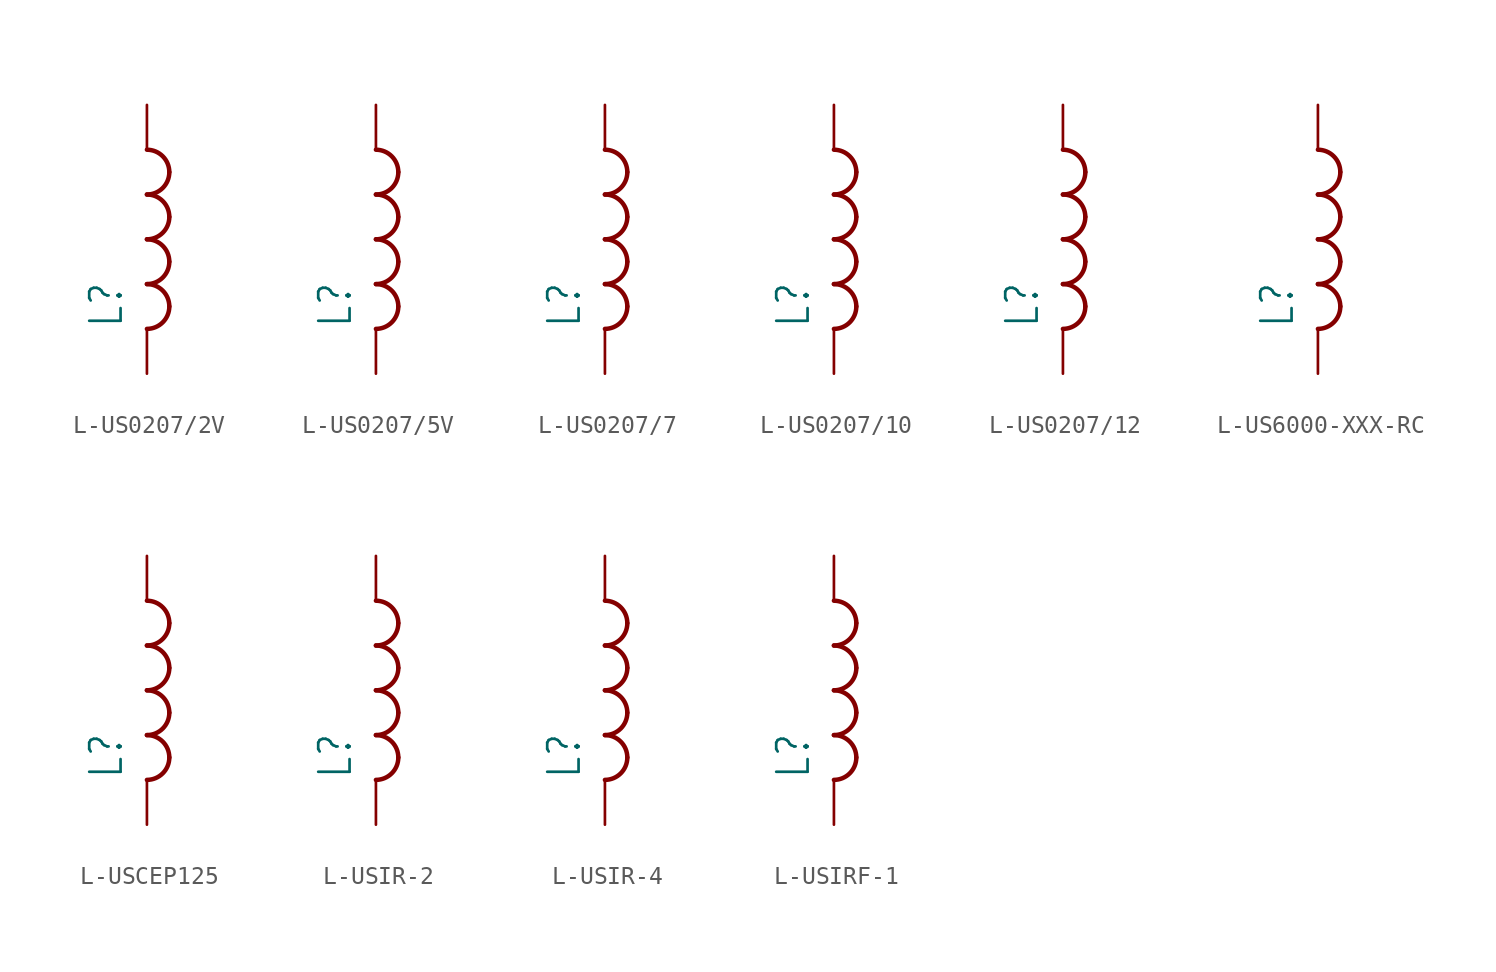
<source format=kicad_sym>
(kicad_symbol_lib
  (version 20231120)
  (generator "kicad_symbol_editor")
  (generator_version "8.0")
  (symbol "L-US0207/2V"
    (property "Reference" "L"
      (at -1.27 -5.08 90)
      (effects (font (size 1.778 1.511)) (justify left bottom)))
    (property "Value" ""
      (at 3.81 -5.08 90)
      (effects (font (size 1.778 1.511)) (justify left bottom)))
    (property "ki_locked" ""
      (at 0 0 0)
      (effects (font (size 1.27 1.27))))
    (symbol "L-US0207/2V_1_0"
      (arc (start 0 -5.08) (mid 0.898 -4.708) (end 1.27 -3.81) (stroke (width 0.254) (type solid)) (fill (type none)))
      (arc (start 0 -2.54) (mid 0.898 -2.168) (end 1.27 -1.27) (stroke (width 0.254) (type solid)) (fill (type none)))
      (arc (start 0 0) (mid 0.898 0.372) (end 1.27 1.27) (stroke (width 0.254) (type solid)) (fill (type none)))
      (arc (start 0 2.54) (mid 0.898 2.912) (end 1.27 3.81) (stroke (width 0.254) (type solid)) (fill (type none)))
      (arc (start 1.27 -3.81) (mid 0.898 -2.912) (end 0 -2.54) (stroke (width 0.254) (type solid)) (fill (type none)))
      (arc (start 1.27 -1.27) (mid 0.898 -0.372) (end 0 0) (stroke (width 0.254) (type solid)) (fill (type none)))
      (arc (start 1.27 1.27) (mid 0.898 2.168) (end 0 2.54) (stroke (width 0.254) (type solid)) (fill (type none)))
      (arc (start 1.27 3.81) (mid 0.898 4.708) (end 0 5.08) (stroke (width 0.254) (type solid)) (fill (type none)))
      (pin passive line (at 0 7.62 270) (length 2.54) (name "1" (effects (font (size 0 0)))) (number "1" (effects (font (size 0 0)))))
      (pin passive line (at 0 -7.62 90) (length 2.54) (name "2" (effects (font (size 0 0)))) (number "2" (effects (font (size 0 0)))))))
  (symbol "L-US0207/5V"
    (property "Reference" "L"
      (at -1.27 -5.08 90)
      (effects (font (size 1.778 1.511)) (justify left bottom)))
    (property "Value" ""
      (at 3.81 -5.08 90)
      (effects (font (size 1.778 1.511)) (justify left bottom)))
    (property "ki_locked" ""
      (at 0 0 0)
      (effects (font (size 1.27 1.27))))
    (symbol "L-US0207/5V_1_0"
      (arc (start 0 -5.08) (mid 0.898 -4.708) (end 1.27 -3.81) (stroke (width 0.254) (type solid)) (fill (type none)))
      (arc (start 0 -2.54) (mid 0.898 -2.168) (end 1.27 -1.27) (stroke (width 0.254) (type solid)) (fill (type none)))
      (arc (start 0 0) (mid 0.898 0.372) (end 1.27 1.27) (stroke (width 0.254) (type solid)) (fill (type none)))
      (arc (start 0 2.54) (mid 0.898 2.912) (end 1.27 3.81) (stroke (width 0.254) (type solid)) (fill (type none)))
      (arc (start 1.27 -3.81) (mid 0.898 -2.912) (end 0 -2.54) (stroke (width 0.254) (type solid)) (fill (type none)))
      (arc (start 1.27 -1.27) (mid 0.898 -0.372) (end 0 0) (stroke (width 0.254) (type solid)) (fill (type none)))
      (arc (start 1.27 1.27) (mid 0.898 2.168) (end 0 2.54) (stroke (width 0.254) (type solid)) (fill (type none)))
      (arc (start 1.27 3.81) (mid 0.898 4.708) (end 0 5.08) (stroke (width 0.254) (type solid)) (fill (type none)))
      (pin passive line (at 0 7.62 270) (length 2.54) (name "1" (effects (font (size 0 0)))) (number "1" (effects (font (size 0 0)))))
      (pin passive line (at 0 -7.62 90) (length 2.54) (name "2" (effects (font (size 0 0)))) (number "2" (effects (font (size 0 0)))))))
  (symbol "L-US0207/7"
    (property "Reference" "L"
      (at -1.27 -5.08 90)
      (effects (font (size 1.778 1.511)) (justify left bottom)))
    (property "Value" ""
      (at 3.81 -5.08 90)
      (effects (font (size 1.778 1.511)) (justify left bottom)))
    (property "ki_locked" ""
      (at 0 0 0)
      (effects (font (size 1.27 1.27))))
    (symbol "L-US0207/7_1_0"
      (arc (start 0 -5.08) (mid 0.898 -4.708) (end 1.27 -3.81) (stroke (width 0.254) (type solid)) (fill (type none)))
      (arc (start 0 -2.54) (mid 0.898 -2.168) (end 1.27 -1.27) (stroke (width 0.254) (type solid)) (fill (type none)))
      (arc (start 0 0) (mid 0.898 0.372) (end 1.27 1.27) (stroke (width 0.254) (type solid)) (fill (type none)))
      (arc (start 0 2.54) (mid 0.898 2.912) (end 1.27 3.81) (stroke (width 0.254) (type solid)) (fill (type none)))
      (arc (start 1.27 -3.81) (mid 0.898 -2.912) (end 0 -2.54) (stroke (width 0.254) (type solid)) (fill (type none)))
      (arc (start 1.27 -1.27) (mid 0.898 -0.372) (end 0 0) (stroke (width 0.254) (type solid)) (fill (type none)))
      (arc (start 1.27 1.27) (mid 0.898 2.168) (end 0 2.54) (stroke (width 0.254) (type solid)) (fill (type none)))
      (arc (start 1.27 3.81) (mid 0.898 4.708) (end 0 5.08) (stroke (width 0.254) (type solid)) (fill (type none)))
      (pin passive line (at 0 7.62 270) (length 2.54) (name "1" (effects (font (size 0 0)))) (number "1" (effects (font (size 0 0)))))
      (pin passive line (at 0 -7.62 90) (length 2.54) (name "2" (effects (font (size 0 0)))) (number "2" (effects (font (size 0 0)))))))
  (symbol "L-US0207/10"
    (property "Reference" "L"
      (at -1.27 -5.08 90)
      (effects (font (size 1.778 1.511)) (justify left bottom)))
    (property "Value" ""
      (at 3.81 -5.08 90)
      (effects (font (size 1.778 1.511)) (justify left bottom)))
    (property "ki_locked" ""
      (at 0 0 0)
      (effects (font (size 1.27 1.27))))
    (symbol "L-US0207/10_1_0"
      (arc (start 0 -5.08) (mid 0.898 -4.708) (end 1.27 -3.81) (stroke (width 0.254) (type solid)) (fill (type none)))
      (arc (start 0 -2.54) (mid 0.898 -2.168) (end 1.27 -1.27) (stroke (width 0.254) (type solid)) (fill (type none)))
      (arc (start 0 0) (mid 0.898 0.372) (end 1.27 1.27) (stroke (width 0.254) (type solid)) (fill (type none)))
      (arc (start 0 2.54) (mid 0.898 2.912) (end 1.27 3.81) (stroke (width 0.254) (type solid)) (fill (type none)))
      (arc (start 1.27 -3.81) (mid 0.898 -2.912) (end 0 -2.54) (stroke (width 0.254) (type solid)) (fill (type none)))
      (arc (start 1.27 -1.27) (mid 0.898 -0.372) (end 0 0) (stroke (width 0.254) (type solid)) (fill (type none)))
      (arc (start 1.27 1.27) (mid 0.898 2.168) (end 0 2.54) (stroke (width 0.254) (type solid)) (fill (type none)))
      (arc (start 1.27 3.81) (mid 0.898 4.708) (end 0 5.08) (stroke (width 0.254) (type solid)) (fill (type none)))
      (pin passive line (at 0 7.62 270) (length 2.54) (name "1" (effects (font (size 0 0)))) (number "1" (effects (font (size 0 0)))))
      (pin passive line (at 0 -7.62 90) (length 2.54) (name "2" (effects (font (size 0 0)))) (number "2" (effects (font (size 0 0)))))))
  (symbol "L-US0207/12"
    (property "Reference" "L"
      (at -1.27 -5.08 90)
      (effects (font (size 1.778 1.511)) (justify left bottom)))
    (property "Value" ""
      (at 3.81 -5.08 90)
      (effects (font (size 1.778 1.511)) (justify left bottom)))
    (property "ki_locked" ""
      (at 0 0 0)
      (effects (font (size 1.27 1.27))))
    (symbol "L-US0207/12_1_0"
      (arc (start 0 -5.08) (mid 0.898 -4.708) (end 1.27 -3.81) (stroke (width 0.254) (type solid)) (fill (type none)))
      (arc (start 0 -2.54) (mid 0.898 -2.168) (end 1.27 -1.27) (stroke (width 0.254) (type solid)) (fill (type none)))
      (arc (start 0 0) (mid 0.898 0.372) (end 1.27 1.27) (stroke (width 0.254) (type solid)) (fill (type none)))
      (arc (start 0 2.54) (mid 0.898 2.912) (end 1.27 3.81) (stroke (width 0.254) (type solid)) (fill (type none)))
      (arc (start 1.27 -3.81) (mid 0.898 -2.912) (end 0 -2.54) (stroke (width 0.254) (type solid)) (fill (type none)))
      (arc (start 1.27 -1.27) (mid 0.898 -0.372) (end 0 0) (stroke (width 0.254) (type solid)) (fill (type none)))
      (arc (start 1.27 1.27) (mid 0.898 2.168) (end 0 2.54) (stroke (width 0.254) (type solid)) (fill (type none)))
      (arc (start 1.27 3.81) (mid 0.898 4.708) (end 0 5.08) (stroke (width 0.254) (type solid)) (fill (type none)))
      (pin passive line (at 0 7.62 270) (length 2.54) (name "1" (effects (font (size 0 0)))) (number "1" (effects (font (size 0 0)))))
      (pin passive line (at 0 -7.62 90) (length 2.54) (name "2" (effects (font (size 0 0)))) (number "2" (effects (font (size 0 0)))))))
  (symbol "L-US6000-XXX-RC"
    (property "Reference" "L"
      (at -1.27 -5.08 90)
      (effects (font (size 1.778 1.511)) (justify left bottom)))
    (property "Value" ""
      (at 3.81 -5.08 90)
      (effects (font (size 1.778 1.511)) (justify left bottom)))
    (property "ki_locked" ""
      (at 0 0 0)
      (effects (font (size 1.27 1.27))))
    (symbol "L-US6000-XXX-RC_1_0"
      (arc (start 0 -5.08) (mid 0.898 -4.708) (end 1.27 -3.81) (stroke (width 0.254) (type solid)) (fill (type none)))
      (arc (start 0 -2.54) (mid 0.898 -2.168) (end 1.27 -1.27) (stroke (width 0.254) (type solid)) (fill (type none)))
      (arc (start 0 0) (mid 0.898 0.372) (end 1.27 1.27) (stroke (width 0.254) (type solid)) (fill (type none)))
      (arc (start 0 2.54) (mid 0.898 2.912) (end 1.27 3.81) (stroke (width 0.254) (type solid)) (fill (type none)))
      (arc (start 1.27 -3.81) (mid 0.898 -2.912) (end 0 -2.54) (stroke (width 0.254) (type solid)) (fill (type none)))
      (arc (start 1.27 -1.27) (mid 0.898 -0.372) (end 0 0) (stroke (width 0.254) (type solid)) (fill (type none)))
      (arc (start 1.27 1.27) (mid 0.898 2.168) (end 0 2.54) (stroke (width 0.254) (type solid)) (fill (type none)))
      (arc (start 1.27 3.81) (mid 0.898 4.708) (end 0 5.08) (stroke (width 0.254) (type solid)) (fill (type none)))
      (pin passive line (at 0 7.62 270) (length 2.54) (name "1" (effects (font (size 0 0)))) (number "1" (effects (font (size 0 0)))))
      (pin passive line (at 0 -7.62 90) (length 2.54) (name "2" (effects (font (size 0 0)))) (number "2" (effects (font (size 0 0)))))))
  (symbol "L-USCEP125"
    (property "Reference" "L"
      (at -1.27 -5.08 90)
      (effects (font (size 1.778 1.511)) (justify left bottom)))
    (property "Value" ""
      (at 3.81 -5.08 90)
      (effects (font (size 1.778 1.511)) (justify left bottom)))
    (property "ki_locked" ""
      (at 0 0 0)
      (effects (font (size 1.27 1.27))))
    (symbol "L-USCEP125_1_0"
      (arc (start 0 -5.08) (mid 0.898 -4.708) (end 1.27 -3.81) (stroke (width 0.254) (type solid)) (fill (type none)))
      (arc (start 0 -2.54) (mid 0.898 -2.168) (end 1.27 -1.27) (stroke (width 0.254) (type solid)) (fill (type none)))
      (arc (start 0 0) (mid 0.898 0.372) (end 1.27 1.27) (stroke (width 0.254) (type solid)) (fill (type none)))
      (arc (start 0 2.54) (mid 0.898 2.912) (end 1.27 3.81) (stroke (width 0.254) (type solid)) (fill (type none)))
      (arc (start 1.27 -3.81) (mid 0.898 -2.912) (end 0 -2.54) (stroke (width 0.254) (type solid)) (fill (type none)))
      (arc (start 1.27 -1.27) (mid 0.898 -0.372) (end 0 0) (stroke (width 0.254) (type solid)) (fill (type none)))
      (arc (start 1.27 1.27) (mid 0.898 2.168) (end 0 2.54) (stroke (width 0.254) (type solid)) (fill (type none)))
      (arc (start 1.27 3.81) (mid 0.898 4.708) (end 0 5.08) (stroke (width 0.254) (type solid)) (fill (type none)))
      (pin passive line (at 0 7.62 270) (length 2.54) (name "1" (effects (font (size 0 0)))) (number "1" (effects (font (size 0 0)))))
      (pin passive line (at 0 -7.62 90) (length 2.54) (name "2" (effects (font (size 0 0)))) (number "2" (effects (font (size 0 0)))))))
  (symbol "L-USIR-2"
    (property "Reference" "L"
      (at -1.27 -5.08 90)
      (effects (font (size 1.778 1.511)) (justify left bottom)))
    (property "Value" ""
      (at 3.81 -5.08 90)
      (effects (font (size 1.778 1.511)) (justify left bottom)))
    (property "ki_locked" ""
      (at 0 0 0)
      (effects (font (size 1.27 1.27))))
    (symbol "L-USIR-2_1_0"
      (arc (start 0 -5.08) (mid 0.898 -4.708) (end 1.27 -3.81) (stroke (width 0.254) (type solid)) (fill (type none)))
      (arc (start 0 -2.54) (mid 0.898 -2.168) (end 1.27 -1.27) (stroke (width 0.254) (type solid)) (fill (type none)))
      (arc (start 0 0) (mid 0.898 0.372) (end 1.27 1.27) (stroke (width 0.254) (type solid)) (fill (type none)))
      (arc (start 0 2.54) (mid 0.898 2.912) (end 1.27 3.81) (stroke (width 0.254) (type solid)) (fill (type none)))
      (arc (start 1.27 -3.81) (mid 0.898 -2.912) (end 0 -2.54) (stroke (width 0.254) (type solid)) (fill (type none)))
      (arc (start 1.27 -1.27) (mid 0.898 -0.372) (end 0 0) (stroke (width 0.254) (type solid)) (fill (type none)))
      (arc (start 1.27 1.27) (mid 0.898 2.168) (end 0 2.54) (stroke (width 0.254) (type solid)) (fill (type none)))
      (arc (start 1.27 3.81) (mid 0.898 4.708) (end 0 5.08) (stroke (width 0.254) (type solid)) (fill (type none)))
      (pin passive line (at 0 7.62 270) (length 2.54) (name "1" (effects (font (size 0 0)))) (number "1" (effects (font (size 0 0)))))
      (pin passive line (at 0 -7.62 90) (length 2.54) (name "2" (effects (font (size 0 0)))) (number "2" (effects (font (size 0 0)))))))
  (symbol "L-USIR-4"
    (property "Reference" "L"
      (at -1.27 -5.08 90)
      (effects (font (size 1.778 1.511)) (justify left bottom)))
    (property "Value" ""
      (at 3.81 -5.08 90)
      (effects (font (size 1.778 1.511)) (justify left bottom)))
    (property "ki_locked" ""
      (at 0 0 0)
      (effects (font (size 1.27 1.27))))
    (symbol "L-USIR-4_1_0"
      (arc (start 0 -5.08) (mid 0.898 -4.708) (end 1.27 -3.81) (stroke (width 0.254) (type solid)) (fill (type none)))
      (arc (start 0 -2.54) (mid 0.898 -2.168) (end 1.27 -1.27) (stroke (width 0.254) (type solid)) (fill (type none)))
      (arc (start 0 0) (mid 0.898 0.372) (end 1.27 1.27) (stroke (width 0.254) (type solid)) (fill (type none)))
      (arc (start 0 2.54) (mid 0.898 2.912) (end 1.27 3.81) (stroke (width 0.254) (type solid)) (fill (type none)))
      (arc (start 1.27 -3.81) (mid 0.898 -2.912) (end 0 -2.54) (stroke (width 0.254) (type solid)) (fill (type none)))
      (arc (start 1.27 -1.27) (mid 0.898 -0.372) (end 0 0) (stroke (width 0.254) (type solid)) (fill (type none)))
      (arc (start 1.27 1.27) (mid 0.898 2.168) (end 0 2.54) (stroke (width 0.254) (type solid)) (fill (type none)))
      (arc (start 1.27 3.81) (mid 0.898 4.708) (end 0 5.08) (stroke (width 0.254) (type solid)) (fill (type none)))
      (pin passive line (at 0 7.62 270) (length 2.54) (name "1" (effects (font (size 0 0)))) (number "1" (effects (font (size 0 0)))))
      (pin passive line (at 0 -7.62 90) (length 2.54) (name "2" (effects (font (size 0 0)))) (number "2" (effects (font (size 0 0)))))))
  (symbol "L-USIRF-1"
    (property "Reference" "L"
      (at -1.27 -5.08 90)
      (effects (font (size 1.778 1.511)) (justify left bottom)))
    (property "Value" ""
      (at 3.81 -5.08 90)
      (effects (font (size 1.778 1.511)) (justify left bottom)))
    (property "ki_locked" ""
      (at 0 0 0)
      (effects (font (size 1.27 1.27))))
    (symbol "L-USIRF-1_1_0"
      (arc (start 0 -5.08) (mid 0.898 -4.708) (end 1.27 -3.81) (stroke (width 0.254) (type solid)) (fill (type none)))
      (arc (start 0 -2.54) (mid 0.898 -2.168) (end 1.27 -1.27) (stroke (width 0.254) (type solid)) (fill (type none)))
      (arc (start 0 0) (mid 0.898 0.372) (end 1.27 1.27) (stroke (width 0.254) (type solid)) (fill (type none)))
      (arc (start 0 2.54) (mid 0.898 2.912) (end 1.27 3.81) (stroke (width 0.254) (type solid)) (fill (type none)))
      (arc (start 1.27 -3.81) (mid 0.898 -2.912) (end 0 -2.54) (stroke (width 0.254) (type solid)) (fill (type none)))
      (arc (start 1.27 -1.27) (mid 0.898 -0.372) (end 0 0) (stroke (width 0.254) (type solid)) (fill (type none)))
      (arc (start 1.27 1.27) (mid 0.898 2.168) (end 0 2.54) (stroke (width 0.254) (type solid)) (fill (type none)))
      (arc (start 1.27 3.81) (mid 0.898 4.708) (end 0 5.08) (stroke (width 0.254) (type solid)) (fill (type none)))
      (pin passive line (at 0 7.62 270) (length 2.54) (name "1" (effects (font (size 0 0)))) (number "1" (effects (font (size 0 0)))))
      (pin passive line (at 0 -7.62 90) (length 2.54) (name "2" (effects (font (size 0 0)))) (number "2" (effects (font (size 0 0))))))))
</source>
